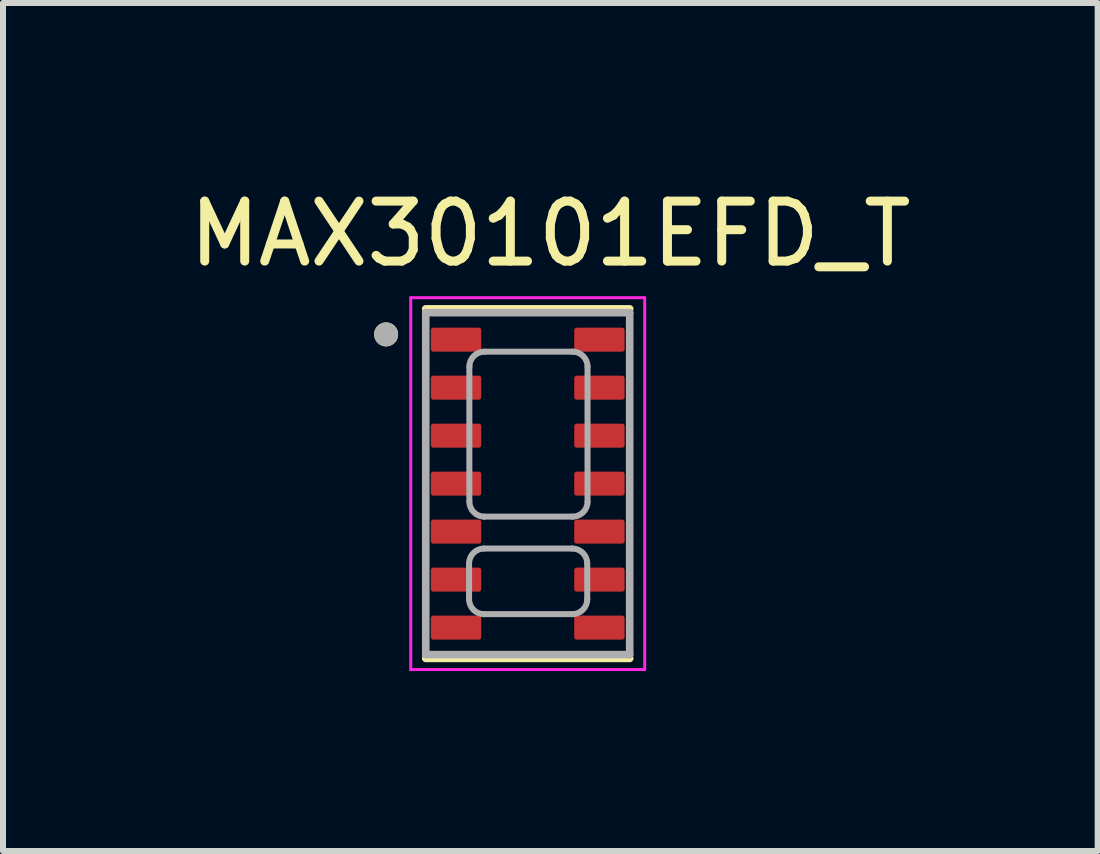
<source format=kicad_pcb>
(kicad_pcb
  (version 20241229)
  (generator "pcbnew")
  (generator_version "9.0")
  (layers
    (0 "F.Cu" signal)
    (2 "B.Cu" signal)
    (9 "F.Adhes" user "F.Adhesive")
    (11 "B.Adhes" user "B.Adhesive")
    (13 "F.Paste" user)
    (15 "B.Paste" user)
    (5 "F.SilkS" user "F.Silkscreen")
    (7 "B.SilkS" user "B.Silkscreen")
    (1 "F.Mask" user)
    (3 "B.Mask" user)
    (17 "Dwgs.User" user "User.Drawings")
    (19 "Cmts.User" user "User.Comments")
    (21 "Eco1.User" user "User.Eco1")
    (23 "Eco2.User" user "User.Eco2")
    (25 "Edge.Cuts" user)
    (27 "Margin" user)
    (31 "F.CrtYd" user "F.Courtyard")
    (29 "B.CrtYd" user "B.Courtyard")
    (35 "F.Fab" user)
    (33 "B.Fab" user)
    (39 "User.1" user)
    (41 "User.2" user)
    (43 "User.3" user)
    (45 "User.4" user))
  (footprint "MAX30101EFD_T"
    (layer "F.Cu")
    (at 5.748 5.013)
    (property "Reference" "MAX30101EFD_T" (at 0.377 -4.165 0) (layer "F.SilkS") (effects (font (size 1 1) (thickness 0.15))))
    (attr smd)
    (fp_line (start -1.7 2.914) (end 1.7 2.914) (stroke (width 0.127) (type solid)) (layer "F.SilkS"))
    (fp_line (start 1.7 -2.914) (end -1.7 -2.914) (stroke (width 0.127) (type solid)) (layer "F.SilkS"))
    (fp_circle (center -2.361 -2.488) (end -2.261 -2.488) (stroke (width 0.2) (type solid)) (fill no) (layer "F.SilkS"))
    (fp_line (start -1.95 -3.1) (end -1.95 3.1) (stroke (width 0.05) (type solid)) (layer "F.CrtYd"))
    (fp_line (start -1.95 3.1) (end 1.95 3.1) (stroke (width 0.05) (type solid)) (layer "F.CrtYd"))
    (fp_line (start 1.95 -3.1) (end -1.95 -3.1) (stroke (width 0.05) (type solid)) (layer "F.CrtYd"))
    (fp_line (start 1.95 3.1) (end 1.95 -3.1) (stroke (width 0.05) (type solid)) (layer "F.CrtYd"))
    (fp_line (start -1.7 -2.85) (end -1.7 2.85) (stroke (width 0.127) (type solid)) (layer "F.Fab"))
    (fp_line (start -1.7 2.85) (end 1.7 2.85) (stroke (width 0.127) (type solid)) (layer "F.Fab"))
    (fp_line (start -0.978 1.926) (end -0.978 1.332) (stroke (width 0.1) (type solid)) (layer "F.Fab"))
    (fp_line (start -0.973 0.3) (end -0.973 -1.95) (stroke (width 0.1) (type solid)) (layer "F.Fab"))
    (fp_line (start -0.723 -2.2) (end 0.747 -2.2) (stroke (width 0.1) (type solid)) (layer "F.Fab"))
    (fp_line (start 0.742 1.082) (end -0.728 1.082) (stroke (width 0.1) (type solid)) (layer "F.Fab"))
    (fp_line (start 0.742 2.176) (end -0.728 2.176) (stroke (width 0.1) (type solid)) (layer "F.Fab"))
    (fp_line (start 0.747 0.55) (end -0.723 0.55) (stroke (width 0.1) (type solid)) (layer "F.Fab"))
    (fp_line (start 0.992 1.926) (end 0.992 1.332) (stroke (width 0.1) (type solid)) (layer "F.Fab"))
    (fp_line (start 0.997 -1.95) (end 0.997 0.3) (stroke (width 0.1) (type solid)) (layer "F.Fab"))
    (fp_line (start 1.7 -2.85) (end -1.7 -2.85) (stroke (width 0.127) (type solid)) (layer "F.Fab"))
    (fp_line (start 1.7 2.85) (end 1.7 -2.85) (stroke (width 0.127) (type solid)) (layer "F.Fab"))
    (fp_arc (start -0.977541 1.33219) (mid -0.904318 1.155413) (end -0.727541 1.08219) (stroke (width 0.1) (type solid)) (layer "F.Fab"))
    (fp_arc (start -0.972541 -1.94981) (mid -0.899318 -2.126587) (end -0.722541 -2.19981) (stroke (width 0.1) (type solid)) (layer "F.Fab"))
    (fp_arc (start -0.727541 2.17619) (mid -0.904318 2.102967) (end -0.977541 1.92619) (stroke (width 0.1) (type solid)) (layer "F.Fab"))
    (fp_arc (start -0.722541 0.550191) (mid -0.899318 0.476968) (end -0.972541 0.300191) (stroke (width 0.1) (type solid)) (layer "F.Fab"))
    (fp_arc (start 0.742459 1.08219) (mid 0.919236 1.155413) (end 0.992459 1.33219) (stroke (width 0.1) (type solid)) (layer "F.Fab"))
    (fp_arc (start 0.747459 -2.19981) (mid 0.924236 -2.126587) (end 0.997459 -1.94981) (stroke (width 0.1) (type solid)) (layer "F.Fab"))
    (fp_arc (start 0.992459 1.92619) (mid 0.919236 2.102967) (end 0.742459 2.17619) (stroke (width 0.1) (type solid)) (layer "F.Fab"))
    (fp_arc (start 0.997459 0.300191) (mid 0.924236 0.476968) (end 0.747459 0.550191) (stroke (width 0.1) (type solid)) (layer "F.Fab"))
    (fp_circle (center -2.361 -2.488) (end -2.261 -2.488) (stroke (width 0.2) (type solid)) (fill no) (layer "F.Fab"))
    (pad "1" smd roundrect (at -1.195 -2.4) (size 0.84 0.4) (layers "F.Cu" "F.Mask" "F.Paste") (roundrect_rratio 0.1))
    (pad "2" smd roundrect (at -1.195 -1.6) (size 0.84 0.4) (layers "F.Cu" "F.Mask" "F.Paste") (roundrect_rratio 0.1))
    (pad "3" smd roundrect (at -1.195 -0.8) (size 0.84 0.4) (layers "F.Cu" "F.Mask" "F.Paste") (roundrect_rratio 0.1))
    (pad "4" smd roundrect (at -1.195 0) (size 0.84 0.4) (layers "F.Cu" "F.Mask" "F.Paste") (roundrect_rratio 0.1))
    (pad "5" smd roundrect (at -1.195 0.8) (size 0.84 0.4) (layers "F.Cu" "F.Mask" "F.Paste") (roundrect_rratio 0.1))
    (pad "6" smd roundrect (at -1.195 1.6) (size 0.84 0.4) (layers "F.Cu" "F.Mask" "F.Paste") (roundrect_rratio 0.1))
    (pad "7" smd roundrect (at -1.195 2.4) (size 0.84 0.4) (layers "F.Cu" "F.Mask" "F.Paste") (roundrect_rratio 0.1))
    (pad "8" smd roundrect (at 1.195 2.4 180) (size 0.84 0.4) (layers "F.Cu" "F.Mask" "F.Paste") (roundrect_rratio 0.1))
    (pad "9" smd roundrect (at 1.195 1.6 180) (size 0.84 0.4) (layers "F.Cu" "F.Mask" "F.Paste") (roundrect_rratio 0.1))
    (pad "10" smd roundrect (at 1.195 0.8 180) (size 0.84 0.4) (layers "F.Cu" "F.Mask" "F.Paste") (roundrect_rratio 0.1))
    (pad "11" smd roundrect (at 1.195 0 180) (size 0.84 0.4) (layers "F.Cu" "F.Mask" "F.Paste") (roundrect_rratio 0.1))
    (pad "12" smd roundrect (at 1.195 -0.8 180) (size 0.84 0.4) (layers "F.Cu" "F.Mask" "F.Paste") (roundrect_rratio 0.1))
    (pad "13" smd roundrect (at 1.195 -1.6 180) (size 0.84 0.4) (layers "F.Cu" "F.Mask" "F.Paste") (roundrect_rratio 0.1))
    (pad "14" smd roundrect (at 1.195 -2.4 180) (size 0.84 0.4) (layers "F.Cu" "F.Mask" "F.Paste") (roundrect_rratio 0.1)))
  (gr_rect
    (start -3 -3)
    (end 15.25 11.138)
    (stroke (width 0.1) (type default))
    (fill no)
    (layer "Edge.Cuts")))
</source>
